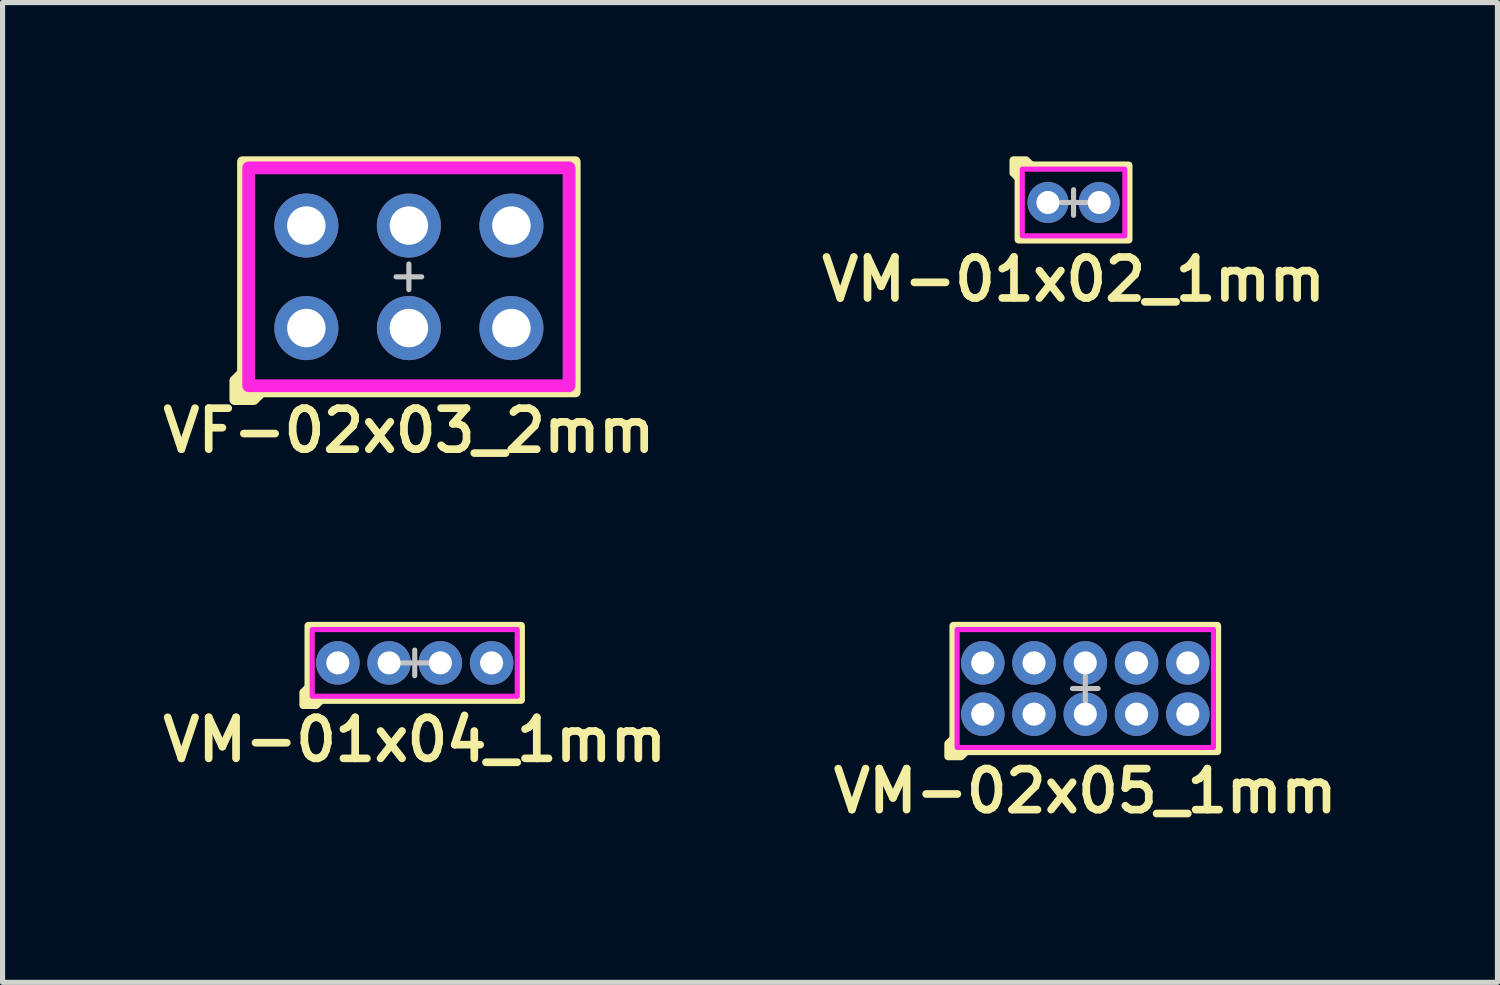
<source format=kicad_pcb>
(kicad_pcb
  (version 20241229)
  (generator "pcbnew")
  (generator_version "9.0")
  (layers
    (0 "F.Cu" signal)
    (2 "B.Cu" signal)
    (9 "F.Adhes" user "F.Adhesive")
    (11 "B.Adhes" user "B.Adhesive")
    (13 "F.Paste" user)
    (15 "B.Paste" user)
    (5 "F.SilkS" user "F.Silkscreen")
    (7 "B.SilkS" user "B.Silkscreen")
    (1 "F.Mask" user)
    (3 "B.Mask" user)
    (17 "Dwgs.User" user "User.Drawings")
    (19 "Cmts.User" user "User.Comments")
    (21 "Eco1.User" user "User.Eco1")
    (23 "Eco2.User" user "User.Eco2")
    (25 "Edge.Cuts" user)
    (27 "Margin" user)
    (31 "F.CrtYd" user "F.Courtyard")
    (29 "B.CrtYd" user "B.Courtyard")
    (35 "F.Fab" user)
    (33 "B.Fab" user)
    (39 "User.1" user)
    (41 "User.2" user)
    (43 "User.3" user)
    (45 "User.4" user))
  (footprint "VM-02x05_1mm"
    (layer "F.Cu")
    (at 18.121 10.381)
    (property "Reference" "VM-02x05_1mm" (at 0 2 0) (unlocked yes) (layer "F.SilkS") (effects (font (size 0.8 0.8) (thickness 0.15))))
    (attr through_hole)
    (fp_rect (start -2.575 -1.225) (end 2.575 1.225) (stroke (width 0.15) (type solid)) (fill no) (layer "F.SilkS"))
    (fp_poly (pts (xy -2.575 0.975) (xy -2.575 1.225) (xy -2.325 1.225) (xy -2.425 1.325) (xy -2.675 1.325) (xy -2.675 1.075)) (stroke (width 0.15) (type solid)) (fill yes) (layer "F.SilkS"))
    (fp_line (start -0.25 0) (end 0.25 0) (stroke (width 0.1) (type solid)) (layer "Dwgs.User"))
    (fp_line (start 0 -0.25) (end 0 0.25) (stroke (width 0.1) (type solid)) (layer "Dwgs.User"))
    (fp_rect (start -2.5 -1.15) (end 2.5 1.15) (stroke (width 0.1) (type solid)) (fill no) (layer "F.CrtYd"))
    (pad "1" thru_hole circle (at -2 0.5) (size 0.85 0.85) (drill 0.45) (layers "*.Cu" "*.Mask"))
    (pad "2" thru_hole circle (at -2 -0.5) (size 0.85 0.85) (drill 0.45) (layers "*.Cu" "*.Mask"))
    (pad "3" thru_hole circle (at -1 0.5) (size 0.85 0.85) (drill 0.45) (layers "*.Cu" "*.Mask"))
    (pad "4" thru_hole circle (at -1 -0.5) (size 0.85 0.85) (drill 0.45) (layers "*.Cu" "*.Mask"))
    (pad "5" thru_hole circle (at 0 0.5) (size 0.85 0.85) (drill 0.45) (layers "*.Cu" "*.Mask"))
    (pad "6" thru_hole circle (at 0 -0.5) (size 0.85 0.85) (drill 0.45) (layers "*.Cu" "*.Mask"))
    (pad "7" thru_hole circle (at 1 0.5) (size 0.85 0.85) (drill 0.45) (layers "*.Cu" "*.Mask"))
    (pad "8" thru_hole circle (at 1 -0.5) (size 0.85 0.85) (drill 0.45) (layers "*.Cu" "*.Mask"))
    (pad "9" thru_hole circle (at 2 0.5) (size 0.85 0.85) (drill 0.45) (layers "*.Cu" "*.Mask"))
    (pad "10" thru_hole circle (at 2 -0.5) (size 0.85 0.85) (drill 0.45) (layers "*.Cu" "*.Mask")))
  (footprint "VM-01x04_1mm"
    (layer "F.Cu")
    (at 5.04 9.881)
    (property "Reference" "VM-01x04_1mm" (at 0 1.5 0) (unlocked yes) (layer "F.SilkS") (effects (font (size 0.8 0.8) (thickness 0.15))))
    (attr through_hole)
    (fp_rect (start -2.075 -0.725) (end 2.075 0.725) (stroke (width 0.15) (type solid)) (fill no) (layer "F.SilkS"))
    (fp_poly (pts (xy -2.075 0.475) (xy -2.075 0.725) (xy -1.825 0.725) (xy -1.925 0.825) (xy -2.175 0.825) (xy -2.175 0.575)) (stroke (width 0.15) (type solid)) (fill yes) (layer "F.SilkS"))
    (fp_line (start -0.25 0) (end 0.25 0) (stroke (width 0.1) (type solid)) (layer "Dwgs.User"))
    (fp_line (start 0 -0.25) (end 0 0.25) (stroke (width 0.1) (type solid)) (layer "Dwgs.User"))
    (fp_rect (start -2 -0.65) (end 2 0.65) (stroke (width 0.1) (type solid)) (fill no) (layer "F.CrtYd"))
    (pad "1" thru_hole circle (at -1.5 0) (size 0.85 0.85) (drill 0.45) (layers "*.Cu" "*.Mask"))
    (pad "2" thru_hole circle (at -0.5 0) (size 0.85 0.85) (drill 0.45) (layers "*.Cu" "*.Mask"))
    (pad "3" thru_hole circle (at 0.5 0) (size 0.85 0.85) (drill 0.45) (layers "*.Cu" "*.Mask"))
    (pad "4" thru_hole circle (at 1.5 0) (size 0.85 0.85) (drill 0.45) (layers "*.Cu" "*.Mask")))
  (footprint "VF-02x03_2mm"
    (layer "F.Cu")
    (at 4.926 2.35)
    (property "Reference" "VF-02x03_2mm" (at 0 3 0) (unlocked yes) (layer "F.SilkS") (effects (font (size 0.8 0.8) (thickness 0.15))))
    (attr through_hole)
    (fp_rect (start -3.25 -2.25) (end 3.25 2.25) (stroke (width 0.2) (type solid)) (fill no) (layer "F.SilkS"))
    (fp_poly (pts (xy -3.25 1.875) (xy -3.25 2.25) (xy -2.875 2.25) (xy -3.025 2.4) (xy -3.4 2.4) (xy -3.4 2.025)) (stroke (width 0.2) (type solid)) (fill yes) (layer "F.SilkS"))
    (fp_line (start -0.25 0) (end 0.25 0) (stroke (width 0.1) (type solid)) (layer "Dwgs.User"))
    (fp_line (start 0 -0.25) (end 0 0.25) (stroke (width 0.1) (type solid)) (layer "Dwgs.User"))
    (fp_rect (start -3.125 -2.125) (end 3.125 2.125) (stroke (width 0.25) (type solid)) (fill no) (layer "F.CrtYd"))
    (pad "1" thru_hole circle (at -2 1) (size 1.25 1.25) (drill 0.75) (layers "*.Cu" "*.Mask"))
    (pad "2" thru_hole circle (at -2 -1) (size 1.25 1.25) (drill 0.75) (layers "*.Cu" "*.Mask"))
    (pad "3" thru_hole circle (at 0 1) (size 1.25 1.25) (drill 0.75) (layers "*.Cu" "*.Mask"))
    (pad "4" thru_hole circle (at 0 -1) (size 1.25 1.25) (drill 0.75) (layers "*.Cu" "*.Mask"))
    (pad "5" thru_hole circle (at 2 1) (size 1.25 1.25) (drill 0.75) (layers "*.Cu" "*.Mask"))
    (pad "6" thru_hole circle (at 2 -1) (size 1.25 1.25) (drill 0.75) (layers "*.Cu" "*.Mask")))
  (footprint "VM-01x02_1mm"
    (layer "F.Cu")
    (at 17.892 0.9)
    (property "Reference" "VM-01x02_1mm" (at 0 1.5 0) (unlocked yes) (layer "F.SilkS") (effects (font (size 0.8 0.8) (thickness 0.15))))
    (attr through_hole)
    (fp_rect (start -1.075 -0.725) (end 1.075 0.725) (stroke (width 0.15) (type solid)) (fill no) (layer "F.SilkS"))
    (fp_poly (pts (xy -0.825 -0.725) (xy -1.075 -0.725) (xy -1.075 -0.475) (xy -1.175 -0.575) (xy -1.175 -0.825) (xy -0.925 -0.825)) (stroke (width 0.15) (type solid)) (fill yes) (layer "F.SilkS"))
    (fp_line (start -0.25 0) (end 0.25 0) (stroke (width 0.1) (type solid)) (layer "Dwgs.User"))
    (fp_line (start 0 -0.25) (end 0 0.25) (stroke (width 0.1) (type solid)) (layer "Dwgs.User"))
    (fp_rect (start -1 -0.65) (end 1 0.65) (stroke (width 0.1) (type solid)) (fill no) (layer "F.CrtYd"))
    (pad "1" thru_hole circle (at -0.5 0) (size 0.8 0.8) (drill 0.45) (layers "*.Cu" "*.Mask"))
    (pad "2" thru_hole circle (at 0.5 0) (size 0.8 0.8) (drill 0.45) (layers "*.Cu" "*.Mask")))
  (gr_rect
    (start -3 -3)
    (end 26.161 16.113)
    (stroke (width 0.1) (type default))
    (fill no)
    (layer "Edge.Cuts")))
</source>
